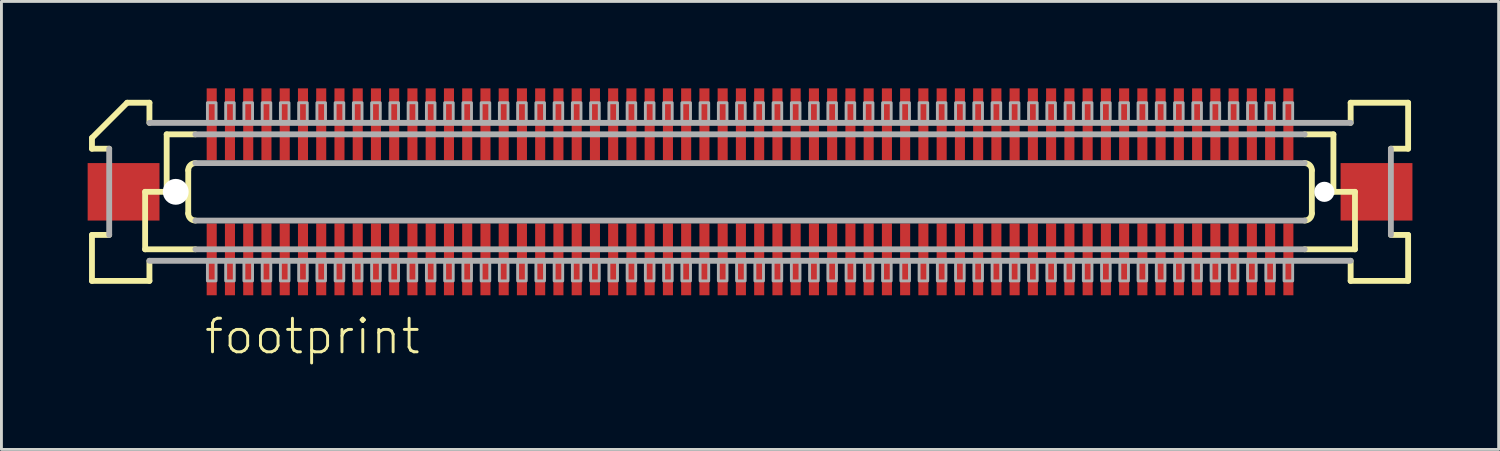
<source format=kicad_pcb>
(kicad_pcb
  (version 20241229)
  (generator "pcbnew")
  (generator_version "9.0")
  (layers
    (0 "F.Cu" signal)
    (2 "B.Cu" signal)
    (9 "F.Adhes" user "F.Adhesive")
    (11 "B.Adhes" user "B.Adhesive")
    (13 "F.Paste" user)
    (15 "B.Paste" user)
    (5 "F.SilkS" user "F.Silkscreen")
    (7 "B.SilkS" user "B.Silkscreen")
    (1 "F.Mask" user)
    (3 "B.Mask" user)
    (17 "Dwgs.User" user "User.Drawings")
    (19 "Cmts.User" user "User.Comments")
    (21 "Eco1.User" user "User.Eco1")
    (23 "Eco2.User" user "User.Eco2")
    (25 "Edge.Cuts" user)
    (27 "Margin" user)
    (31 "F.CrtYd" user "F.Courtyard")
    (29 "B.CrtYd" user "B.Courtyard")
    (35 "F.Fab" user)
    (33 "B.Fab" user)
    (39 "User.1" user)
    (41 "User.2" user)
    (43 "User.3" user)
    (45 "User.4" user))
  (footprint "footprint"
    (layer "F.Cu")
    (at 23.05 3.625)
    (property "Reference" "footprint" (at -19.05 5.715 0) (layer "F.SilkS") (effects (font (size 1.168 1.168) (thickness 0.102)) (justify left bottom)))
    (fp_poly (pts (xy -18.933 -1.075) (xy -18.532 -1.075) (xy -18.532 -3.625) (xy -18.933 -3.625)) (stroke (width 0) (type solid)) (fill yes) (layer "F.Mask"))
    (fp_poly (pts (xy -18.532 1.075) (xy -18.933 1.075) (xy -18.933 3.625) (xy -18.532 3.625)) (stroke (width 0) (type solid)) (fill yes) (layer "F.Mask"))
    (fp_poly (pts (xy -18.297 -1.075) (xy -17.898 -1.075) (xy -17.898 -3.625) (xy -18.297 -3.625)) (stroke (width 0) (type solid)) (fill yes) (layer "F.Mask"))
    (fp_poly (pts (xy -17.898 1.075) (xy -18.297 1.075) (xy -18.297 3.625) (xy -17.898 3.625)) (stroke (width 0) (type solid)) (fill yes) (layer "F.Mask"))
    (fp_poly (pts (xy -17.663 -1.075) (xy -17.262 -1.075) (xy -17.262 -3.625) (xy -17.663 -3.625)) (stroke (width 0) (type solid)) (fill yes) (layer "F.Mask"))
    (fp_poly (pts (xy -17.262 1.075) (xy -17.663 1.075) (xy -17.663 3.625) (xy -17.262 3.625)) (stroke (width 0) (type solid)) (fill yes) (layer "F.Mask"))
    (fp_poly (pts (xy -17.027 -1.075) (xy -16.628 -1.075) (xy -16.628 -3.625) (xy -17.027 -3.625)) (stroke (width 0) (type solid)) (fill yes) (layer "F.Mask"))
    (fp_poly (pts (xy -16.628 1.075) (xy -17.027 1.075) (xy -17.027 3.625) (xy -16.628 3.625)) (stroke (width 0) (type solid)) (fill yes) (layer "F.Mask"))
    (fp_poly (pts (xy -16.392 -1.075) (xy -15.992 -1.075) (xy -15.992 -3.625) (xy -16.392 -3.625)) (stroke (width 0) (type solid)) (fill yes) (layer "F.Mask"))
    (fp_poly (pts (xy -15.992 1.075) (xy -16.392 1.075) (xy -16.392 3.625) (xy -15.992 3.625)) (stroke (width 0) (type solid)) (fill yes) (layer "F.Mask"))
    (fp_poly (pts (xy -15.758 -1.075) (xy -15.357 -1.075) (xy -15.357 -3.625) (xy -15.758 -3.625)) (stroke (width 0) (type solid)) (fill yes) (layer "F.Mask"))
    (fp_poly (pts (xy -15.357 1.075) (xy -15.758 1.075) (xy -15.758 3.625) (xy -15.357 3.625)) (stroke (width 0) (type solid)) (fill yes) (layer "F.Mask"))
    (fp_poly (pts (xy -15.123 -1.075) (xy -14.723 -1.075) (xy -14.723 -3.625) (xy -15.123 -3.625)) (stroke (width 0) (type solid)) (fill yes) (layer "F.Mask"))
    (fp_poly (pts (xy -14.723 1.075) (xy -15.123 1.075) (xy -15.123 3.625) (xy -14.723 3.625)) (stroke (width 0) (type solid)) (fill yes) (layer "F.Mask"))
    (fp_poly (pts (xy -14.488 -1.075) (xy -14.088 -1.075) (xy -14.088 -3.625) (xy -14.488 -3.625)) (stroke (width 0) (type solid)) (fill yes) (layer "F.Mask"))
    (fp_poly (pts (xy -14.088 1.075) (xy -14.488 1.075) (xy -14.488 3.625) (xy -14.088 3.625)) (stroke (width 0) (type solid)) (fill yes) (layer "F.Mask"))
    (fp_poly (pts (xy -13.852 -1.075) (xy -13.453 -1.075) (xy -13.453 -3.625) (xy -13.852 -3.625)) (stroke (width 0) (type solid)) (fill yes) (layer "F.Mask"))
    (fp_poly (pts (xy -13.453 1.075) (xy -13.852 1.075) (xy -13.852 3.625) (xy -13.453 3.625)) (stroke (width 0) (type solid)) (fill yes) (layer "F.Mask"))
    (fp_poly (pts (xy -13.217 -1.075) (xy -12.818 -1.075) (xy -12.818 -3.625) (xy -13.217 -3.625)) (stroke (width 0) (type solid)) (fill yes) (layer "F.Mask"))
    (fp_poly (pts (xy -12.818 1.075) (xy -13.217 1.075) (xy -13.217 3.625) (xy -12.818 3.625)) (stroke (width 0) (type solid)) (fill yes) (layer "F.Mask"))
    (fp_poly (pts (xy -12.582 -1.075) (xy -12.182 -1.075) (xy -12.182 -3.625) (xy -12.582 -3.625)) (stroke (width 0) (type solid)) (fill yes) (layer "F.Mask"))
    (fp_poly (pts (xy -12.182 1.075) (xy -12.582 1.075) (xy -12.582 3.625) (xy -12.182 3.625)) (stroke (width 0) (type solid)) (fill yes) (layer "F.Mask"))
    (fp_poly (pts (xy -11.947 -1.075) (xy -11.547 -1.075) (xy -11.547 -3.625) (xy -11.947 -3.625)) (stroke (width 0) (type solid)) (fill yes) (layer "F.Mask"))
    (fp_poly (pts (xy -11.547 1.075) (xy -11.947 1.075) (xy -11.947 3.625) (xy -11.547 3.625)) (stroke (width 0) (type solid)) (fill yes) (layer "F.Mask"))
    (fp_poly (pts (xy -11.312 -1.075) (xy -10.912 -1.075) (xy -10.912 -3.625) (xy -11.312 -3.625)) (stroke (width 0) (type solid)) (fill yes) (layer "F.Mask"))
    (fp_poly (pts (xy -10.912 1.075) (xy -11.312 1.075) (xy -11.312 3.625) (xy -10.912 3.625)) (stroke (width 0) (type solid)) (fill yes) (layer "F.Mask"))
    (fp_poly (pts (xy -10.678 -1.075) (xy -10.277 -1.075) (xy -10.277 -3.625) (xy -10.678 -3.625)) (stroke (width 0) (type solid)) (fill yes) (layer "F.Mask"))
    (fp_poly (pts (xy -10.277 1.075) (xy -10.678 1.075) (xy -10.678 3.625) (xy -10.277 3.625)) (stroke (width 0) (type solid)) (fill yes) (layer "F.Mask"))
    (fp_poly (pts (xy -10.043 -1.075) (xy -9.643 -1.075) (xy -9.643 -3.625) (xy -10.043 -3.625)) (stroke (width 0) (type solid)) (fill yes) (layer "F.Mask"))
    (fp_poly (pts (xy -9.643 1.075) (xy -10.043 1.075) (xy -10.043 3.625) (xy -9.643 3.625)) (stroke (width 0) (type solid)) (fill yes) (layer "F.Mask"))
    (fp_poly (pts (xy -9.408 -1.075) (xy -9.008 -1.075) (xy -9.008 -3.625) (xy -9.408 -3.625)) (stroke (width 0) (type solid)) (fill yes) (layer "F.Mask"))
    (fp_poly (pts (xy -9.008 1.075) (xy -9.408 1.075) (xy -9.408 3.625) (xy -9.008 3.625)) (stroke (width 0) (type solid)) (fill yes) (layer "F.Mask"))
    (fp_poly (pts (xy -8.773 -1.075) (xy -8.373 -1.075) (xy -8.373 -3.625) (xy -8.773 -3.625)) (stroke (width 0) (type solid)) (fill yes) (layer "F.Mask"))
    (fp_poly (pts (xy -8.373 1.075) (xy -8.773 1.075) (xy -8.773 3.625) (xy -8.373 3.625)) (stroke (width 0) (type solid)) (fill yes) (layer "F.Mask"))
    (fp_poly (pts (xy -8.137 -1.075) (xy -7.737 -1.075) (xy -7.737 -3.625) (xy -8.137 -3.625)) (stroke (width 0) (type solid)) (fill yes) (layer "F.Mask"))
    (fp_poly (pts (xy -7.737 1.075) (xy -8.137 1.075) (xy -8.137 3.625) (xy -7.737 3.625)) (stroke (width 0) (type solid)) (fill yes) (layer "F.Mask"))
    (fp_poly (pts (xy -7.503 -1.075) (xy -7.103 -1.075) (xy -7.103 -3.625) (xy -7.503 -3.625)) (stroke (width 0) (type solid)) (fill yes) (layer "F.Mask"))
    (fp_poly (pts (xy -7.103 1.075) (xy -7.503 1.075) (xy -7.503 3.625) (xy -7.103 3.625)) (stroke (width 0) (type solid)) (fill yes) (layer "F.Mask"))
    (fp_poly (pts (xy -6.867 -1.075) (xy -6.468 -1.075) (xy -6.468 -3.625) (xy -6.867 -3.625)) (stroke (width 0) (type solid)) (fill yes) (layer "F.Mask"))
    (fp_poly (pts (xy -6.468 1.075) (xy -6.867 1.075) (xy -6.867 3.625) (xy -6.468 3.625)) (stroke (width 0) (type solid)) (fill yes) (layer "F.Mask"))
    (fp_poly (pts (xy -6.232 -1.075) (xy -5.832 -1.075) (xy -5.832 -3.625) (xy -6.232 -3.625)) (stroke (width 0) (type solid)) (fill yes) (layer "F.Mask"))
    (fp_poly (pts (xy -5.832 1.075) (xy -6.232 1.075) (xy -6.232 3.625) (xy -5.832 3.625)) (stroke (width 0) (type solid)) (fill yes) (layer "F.Mask"))
    (fp_poly (pts (xy -5.598 -1.075) (xy -5.197 -1.075) (xy -5.197 -3.625) (xy -5.598 -3.625)) (stroke (width 0) (type solid)) (fill yes) (layer "F.Mask"))
    (fp_poly (pts (xy -5.197 1.075) (xy -5.598 1.075) (xy -5.598 3.625) (xy -5.197 3.625)) (stroke (width 0) (type solid)) (fill yes) (layer "F.Mask"))
    (fp_poly (pts (xy -4.963 -1.075) (xy -4.562 -1.075) (xy -4.562 -3.625) (xy -4.963 -3.625)) (stroke (width 0) (type solid)) (fill yes) (layer "F.Mask"))
    (fp_poly (pts (xy -4.562 1.075) (xy -4.963 1.075) (xy -4.963 3.625) (xy -4.562 3.625)) (stroke (width 0) (type solid)) (fill yes) (layer "F.Mask"))
    (fp_poly (pts (xy -4.327 -1.075) (xy -3.928 -1.075) (xy -3.928 -3.625) (xy -4.327 -3.625)) (stroke (width 0) (type solid)) (fill yes) (layer "F.Mask"))
    (fp_poly (pts (xy -3.928 1.075) (xy -4.327 1.075) (xy -4.327 3.625) (xy -3.928 3.625)) (stroke (width 0) (type solid)) (fill yes) (layer "F.Mask"))
    (fp_poly (pts (xy -3.692 -1.075) (xy -3.292 -1.075) (xy -3.292 -3.625) (xy -3.692 -3.625)) (stroke (width 0) (type solid)) (fill yes) (layer "F.Mask"))
    (fp_poly (pts (xy -3.292 1.075) (xy -3.692 1.075) (xy -3.692 3.625) (xy -3.292 3.625)) (stroke (width 0) (type solid)) (fill yes) (layer "F.Mask"))
    (fp_poly (pts (xy -3.058 -1.075) (xy -2.658 -1.075) (xy -2.658 -3.625) (xy -3.058 -3.625)) (stroke (width 0) (type solid)) (fill yes) (layer "F.Mask"))
    (fp_poly (pts (xy -2.658 1.075) (xy -3.058 1.075) (xy -3.058 3.625) (xy -2.658 3.625)) (stroke (width 0) (type solid)) (fill yes) (layer "F.Mask"))
    (fp_poly (pts (xy -2.422 -1.075) (xy -2.022 -1.075) (xy -2.022 -3.625) (xy -2.422 -3.625)) (stroke (width 0) (type solid)) (fill yes) (layer "F.Mask"))
    (fp_poly (pts (xy -2.022 1.075) (xy -2.422 1.075) (xy -2.422 3.625) (xy -2.022 3.625)) (stroke (width 0) (type solid)) (fill yes) (layer "F.Mask"))
    (fp_poly (pts (xy -1.788 -1.075) (xy -1.387 -1.075) (xy -1.387 -3.625) (xy -1.788 -3.625)) (stroke (width 0) (type solid)) (fill yes) (layer "F.Mask"))
    (fp_poly (pts (xy -1.387 1.075) (xy -1.788 1.075) (xy -1.788 3.625) (xy -1.387 3.625)) (stroke (width 0) (type solid)) (fill yes) (layer "F.Mask"))
    (fp_poly (pts (xy -1.153 -1.075) (xy -0.752 -1.075) (xy -0.752 -3.625) (xy -1.153 -3.625)) (stroke (width 0) (type solid)) (fill yes) (layer "F.Mask"))
    (fp_poly (pts (xy -0.752 1.075) (xy -1.153 1.075) (xy -1.153 3.625) (xy -0.752 3.625)) (stroke (width 0) (type solid)) (fill yes) (layer "F.Mask"))
    (fp_poly (pts (xy -0.517 -1.075) (xy -0.117 -1.075) (xy -0.117 -3.625) (xy -0.517 -3.625)) (stroke (width 0) (type solid)) (fill yes) (layer "F.Mask"))
    (fp_poly (pts (xy -0.117 1.075) (xy -0.517 1.075) (xy -0.517 3.625) (xy -0.117 3.625)) (stroke (width 0) (type solid)) (fill yes) (layer "F.Mask"))
    (fp_poly (pts (xy 0.117 -1.075) (xy 0.517 -1.075) (xy 0.517 -3.625) (xy 0.117 -3.625)) (stroke (width 0) (type solid)) (fill yes) (layer "F.Mask"))
    (fp_poly (pts (xy 0.517 1.075) (xy 0.117 1.075) (xy 0.117 3.625) (xy 0.517 3.625)) (stroke (width 0) (type solid)) (fill yes) (layer "F.Mask"))
    (fp_poly (pts (xy 0.752 -1.075) (xy 1.153 -1.075) (xy 1.153 -3.625) (xy 0.752 -3.625)) (stroke (width 0) (type solid)) (fill yes) (layer "F.Mask"))
    (fp_poly (pts (xy 1.153 1.075) (xy 0.752 1.075) (xy 0.752 3.625) (xy 1.153 3.625)) (stroke (width 0) (type solid)) (fill yes) (layer "F.Mask"))
    (fp_poly (pts (xy 1.387 -1.075) (xy 1.788 -1.075) (xy 1.788 -3.625) (xy 1.387 -3.625)) (stroke (width 0) (type solid)) (fill yes) (layer "F.Mask"))
    (fp_poly (pts (xy 1.788 1.075) (xy 1.387 1.075) (xy 1.387 3.625) (xy 1.788 3.625)) (stroke (width 0) (type solid)) (fill yes) (layer "F.Mask"))
    (fp_poly (pts (xy 2.022 -1.075) (xy 2.422 -1.075) (xy 2.422 -3.625) (xy 2.022 -3.625)) (stroke (width 0) (type solid)) (fill yes) (layer "F.Mask"))
    (fp_poly (pts (xy 2.422 1.075) (xy 2.022 1.075) (xy 2.022 3.625) (xy 2.422 3.625)) (stroke (width 0) (type solid)) (fill yes) (layer "F.Mask"))
    (fp_poly (pts (xy 2.658 -1.075) (xy 3.058 -1.075) (xy 3.058 -3.625) (xy 2.658 -3.625)) (stroke (width 0) (type solid)) (fill yes) (layer "F.Mask"))
    (fp_poly (pts (xy 3.058 1.075) (xy 2.658 1.075) (xy 2.658 3.625) (xy 3.058 3.625)) (stroke (width 0) (type solid)) (fill yes) (layer "F.Mask"))
    (fp_poly (pts (xy 3.292 -1.075) (xy 3.692 -1.075) (xy 3.692 -3.625) (xy 3.292 -3.625)) (stroke (width 0) (type solid)) (fill yes) (layer "F.Mask"))
    (fp_poly (pts (xy 3.692 1.075) (xy 3.292 1.075) (xy 3.292 3.625) (xy 3.692 3.625)) (stroke (width 0) (type solid)) (fill yes) (layer "F.Mask"))
    (fp_poly (pts (xy 3.928 -1.075) (xy 4.327 -1.075) (xy 4.327 -3.625) (xy 3.928 -3.625)) (stroke (width 0) (type solid)) (fill yes) (layer "F.Mask"))
    (fp_poly (pts (xy 4.327 1.075) (xy 3.928 1.075) (xy 3.928 3.625) (xy 4.327 3.625)) (stroke (width 0) (type solid)) (fill yes) (layer "F.Mask"))
    (fp_poly (pts (xy 4.562 -1.075) (xy 4.963 -1.075) (xy 4.963 -3.625) (xy 4.562 -3.625)) (stroke (width 0) (type solid)) (fill yes) (layer "F.Mask"))
    (fp_poly (pts (xy 4.963 1.075) (xy 4.562 1.075) (xy 4.562 3.625) (xy 4.963 3.625)) (stroke (width 0) (type solid)) (fill yes) (layer "F.Mask"))
    (fp_poly (pts (xy 5.197 -1.075) (xy 5.598 -1.075) (xy 5.598 -3.625) (xy 5.197 -3.625)) (stroke (width 0) (type solid)) (fill yes) (layer "F.Mask"))
    (fp_poly (pts (xy 5.598 1.075) (xy 5.197 1.075) (xy 5.197 3.625) (xy 5.598 3.625)) (stroke (width 0) (type solid)) (fill yes) (layer "F.Mask"))
    (fp_poly (pts (xy 5.832 -1.075) (xy 6.232 -1.075) (xy 6.232 -3.625) (xy 5.832 -3.625)) (stroke (width 0) (type solid)) (fill yes) (layer "F.Mask"))
    (fp_poly (pts (xy 6.232 1.075) (xy 5.832 1.075) (xy 5.832 3.625) (xy 6.232 3.625)) (stroke (width 0) (type solid)) (fill yes) (layer "F.Mask"))
    (fp_poly (pts (xy 6.468 -1.075) (xy 6.867 -1.075) (xy 6.867 -3.625) (xy 6.468 -3.625)) (stroke (width 0) (type solid)) (fill yes) (layer "F.Mask"))
    (fp_poly (pts (xy 6.867 1.075) (xy 6.468 1.075) (xy 6.468 3.625) (xy 6.867 3.625)) (stroke (width 0) (type solid)) (fill yes) (layer "F.Mask"))
    (fp_poly (pts (xy 7.103 -1.075) (xy 7.503 -1.075) (xy 7.503 -3.625) (xy 7.103 -3.625)) (stroke (width 0) (type solid)) (fill yes) (layer "F.Mask"))
    (fp_poly (pts (xy 7.503 1.075) (xy 7.103 1.075) (xy 7.103 3.625) (xy 7.503 3.625)) (stroke (width 0) (type solid)) (fill yes) (layer "F.Mask"))
    (fp_poly (pts (xy 7.737 -1.075) (xy 8.137 -1.075) (xy 8.137 -3.625) (xy 7.737 -3.625)) (stroke (width 0) (type solid)) (fill yes) (layer "F.Mask"))
    (fp_poly (pts (xy 8.137 1.075) (xy 7.737 1.075) (xy 7.737 3.625) (xy 8.137 3.625)) (stroke (width 0) (type solid)) (fill yes) (layer "F.Mask"))
    (fp_poly (pts (xy 8.373 -1.075) (xy 8.773 -1.075) (xy 8.773 -3.625) (xy 8.373 -3.625)) (stroke (width 0) (type solid)) (fill yes) (layer "F.Mask"))
    (fp_poly (pts (xy 8.773 1.075) (xy 8.373 1.075) (xy 8.373 3.625) (xy 8.773 3.625)) (stroke (width 0) (type solid)) (fill yes) (layer "F.Mask"))
    (fp_poly (pts (xy 9.008 -1.075) (xy 9.408 -1.075) (xy 9.408 -3.625) (xy 9.008 -3.625)) (stroke (width 0) (type solid)) (fill yes) (layer "F.Mask"))
    (fp_poly (pts (xy 9.408 1.075) (xy 9.008 1.075) (xy 9.008 3.625) (xy 9.408 3.625)) (stroke (width 0) (type solid)) (fill yes) (layer "F.Mask"))
    (fp_poly (pts (xy 9.643 -1.075) (xy 10.043 -1.075) (xy 10.043 -3.625) (xy 9.643 -3.625)) (stroke (width 0) (type solid)) (fill yes) (layer "F.Mask"))
    (fp_poly (pts (xy 10.043 1.075) (xy 9.643 1.075) (xy 9.643 3.625) (xy 10.043 3.625)) (stroke (width 0) (type solid)) (fill yes) (layer "F.Mask"))
    (fp_poly (pts (xy 10.277 -1.075) (xy 10.678 -1.075) (xy 10.678 -3.625) (xy 10.277 -3.625)) (stroke (width 0) (type solid)) (fill yes) (layer "F.Mask"))
    (fp_poly (pts (xy 10.678 1.075) (xy 10.277 1.075) (xy 10.277 3.625) (xy 10.678 3.625)) (stroke (width 0) (type solid)) (fill yes) (layer "F.Mask"))
    (fp_poly (pts (xy 10.912 -1.075) (xy 11.312 -1.075) (xy 11.312 -3.625) (xy 10.912 -3.625)) (stroke (width 0) (type solid)) (fill yes) (layer "F.Mask"))
    (fp_poly (pts (xy 11.312 1.075) (xy 10.912 1.075) (xy 10.912 3.625) (xy 11.312 3.625)) (stroke (width 0) (type solid)) (fill yes) (layer "F.Mask"))
    (fp_poly (pts (xy 11.547 -1.075) (xy 11.947 -1.075) (xy 11.947 -3.625) (xy 11.547 -3.625)) (stroke (width 0) (type solid)) (fill yes) (layer "F.Mask"))
    (fp_poly (pts (xy 11.947 1.075) (xy 11.547 1.075) (xy 11.547 3.625) (xy 11.947 3.625)) (stroke (width 0) (type solid)) (fill yes) (layer "F.Mask"))
    (fp_poly (pts (xy 12.182 -1.075) (xy 12.582 -1.075) (xy 12.582 -3.625) (xy 12.182 -3.625)) (stroke (width 0) (type solid)) (fill yes) (layer "F.Mask"))
    (fp_poly (pts (xy 12.582 1.075) (xy 12.182 1.075) (xy 12.182 3.625) (xy 12.582 3.625)) (stroke (width 0) (type solid)) (fill yes) (layer "F.Mask"))
    (fp_poly (pts (xy 12.818 -1.075) (xy 13.217 -1.075) (xy 13.217 -3.625) (xy 12.818 -3.625)) (stroke (width 0) (type solid)) (fill yes) (layer "F.Mask"))
    (fp_poly (pts (xy 13.217 1.075) (xy 12.818 1.075) (xy 12.818 3.625) (xy 13.217 3.625)) (stroke (width 0) (type solid)) (fill yes) (layer "F.Mask"))
    (fp_poly (pts (xy 13.453 -1.075) (xy 13.852 -1.075) (xy 13.852 -3.625) (xy 13.453 -3.625)) (stroke (width 0) (type solid)) (fill yes) (layer "F.Mask"))
    (fp_poly (pts (xy 13.852 1.075) (xy 13.453 1.075) (xy 13.453 3.625) (xy 13.852 3.625)) (stroke (width 0) (type solid)) (fill yes) (layer "F.Mask"))
    (fp_poly (pts (xy 14.088 -1.075) (xy 14.488 -1.075) (xy 14.488 -3.625) (xy 14.088 -3.625)) (stroke (width 0) (type solid)) (fill yes) (layer "F.Mask"))
    (fp_poly (pts (xy 14.488 1.075) (xy 14.088 1.075) (xy 14.088 3.625) (xy 14.488 3.625)) (stroke (width 0) (type solid)) (fill yes) (layer "F.Mask"))
    (fp_poly (pts (xy 14.723 -1.075) (xy 15.123 -1.075) (xy 15.123 -3.625) (xy 14.723 -3.625)) (stroke (width 0) (type solid)) (fill yes) (layer "F.Mask"))
    (fp_poly (pts (xy 15.123 1.075) (xy 14.723 1.075) (xy 14.723 3.625) (xy 15.123 3.625)) (stroke (width 0) (type solid)) (fill yes) (layer "F.Mask"))
    (fp_poly (pts (xy 15.357 -1.075) (xy 15.758 -1.075) (xy 15.758 -3.625) (xy 15.357 -3.625)) (stroke (width 0) (type solid)) (fill yes) (layer "F.Mask"))
    (fp_poly (pts (xy 15.758 1.075) (xy 15.357 1.075) (xy 15.357 3.625) (xy 15.758 3.625)) (stroke (width 0) (type solid)) (fill yes) (layer "F.Mask"))
    (fp_poly (pts (xy 15.992 -1.075) (xy 16.392 -1.075) (xy 16.392 -3.625) (xy 15.992 -3.625)) (stroke (width 0) (type solid)) (fill yes) (layer "F.Mask"))
    (fp_poly (pts (xy 16.392 1.075) (xy 15.992 1.075) (xy 15.992 3.625) (xy 16.392 3.625)) (stroke (width 0) (type solid)) (fill yes) (layer "F.Mask"))
    (fp_poly (pts (xy 16.628 -1.075) (xy 17.027 -1.075) (xy 17.027 -3.625) (xy 16.628 -3.625)) (stroke (width 0) (type solid)) (fill yes) (layer "F.Mask"))
    (fp_poly (pts (xy 17.027 1.075) (xy 16.628 1.075) (xy 16.628 3.625) (xy 17.027 3.625)) (stroke (width 0) (type solid)) (fill yes) (layer "F.Mask"))
    (fp_poly (pts (xy 17.262 -1.075) (xy 17.663 -1.075) (xy 17.663 -3.625) (xy 17.262 -3.625)) (stroke (width 0) (type solid)) (fill yes) (layer "F.Mask"))
    (fp_poly (pts (xy 17.663 1.075) (xy 17.262 1.075) (xy 17.262 3.625) (xy 17.663 3.625)) (stroke (width 0) (type solid)) (fill yes) (layer "F.Mask"))
    (fp_poly (pts (xy 17.898 -1.075) (xy 18.297 -1.075) (xy 18.297 -3.625) (xy 17.898 -3.625)) (stroke (width 0) (type solid)) (fill yes) (layer "F.Mask"))
    (fp_poly (pts (xy 18.297 1.075) (xy 17.898 1.075) (xy 17.898 3.625) (xy 18.297 3.625)) (stroke (width 0) (type solid)) (fill yes) (layer "F.Mask"))
    (fp_poly (pts (xy 18.532 -1.075) (xy 18.933 -1.075) (xy 18.933 -3.625) (xy 18.532 -3.625)) (stroke (width 0) (type solid)) (fill yes) (layer "F.Mask"))
    (fp_poly (pts (xy 18.933 1.075) (xy 18.532 1.075) (xy 18.532 3.625) (xy 18.933 3.625)) (stroke (width 0) (type solid)) (fill yes) (layer "F.Mask"))
    (fp_line (start -22.9 -1.5) (end -22.9 -1.875) (stroke (width 0.203) (type solid)) (layer "F.SilkS"))
    (fp_line (start -22.9 1.5) (end -22.3 1.5) (stroke (width 0.203) (type solid)) (layer "F.SilkS"))
    (fp_line (start -22.9 3.1) (end -22.9 1.5) (stroke (width 0.203) (type solid)) (layer "F.SilkS"))
    (fp_line (start -22.3 -1.5) (end -22.9 -1.5) (stroke (width 0.203) (type solid)) (layer "F.SilkS"))
    (fp_line (start -21.675 -3.1) (end -22.9 -1.875) (stroke (width 0.203) (type solid)) (layer "F.SilkS"))
    (fp_line (start -21.675 -3.1) (end -20.9 -3.1) (stroke (width 0.203) (type solid)) (layer "F.SilkS"))
    (fp_line (start -21.05 0) (end -21.05 2) (stroke (width 0.203) (type solid)) (layer "F.SilkS"))
    (fp_line (start -21.05 2) (end -19.3 2) (stroke (width 0.203) (type solid)) (layer "F.SilkS"))
    (fp_line (start -20.9 -3.1) (end -20.9 -2.4) (stroke (width 0.203) (type solid)) (layer "F.SilkS"))
    (fp_line (start -20.9 2.4) (end -20.9 3.1) (stroke (width 0.203) (type solid)) (layer "F.SilkS"))
    (fp_line (start -20.9 3.1) (end -22.9 3.1) (stroke (width 0.203) (type solid)) (layer "F.SilkS"))
    (fp_line (start -20.3 -2) (end -20.3 0) (stroke (width 0.203) (type solid)) (layer "F.SilkS"))
    (fp_line (start -20.3 0) (end -21.05 0) (stroke (width 0.203) (type solid)) (layer "F.SilkS"))
    (fp_line (start -19.55 0.75) (end -19.55 -0.75) (stroke (width 0.203) (type solid)) (layer "F.SilkS"))
    (fp_line (start -19.3 -2) (end -20.3 -2) (stroke (width 0.203) (type solid)) (layer "F.SilkS"))
    (fp_line (start 19.3 2) (end 21.05 2) (stroke (width 0.203) (type solid)) (layer "F.SilkS"))
    (fp_line (start 19.55 -0.75) (end 19.55 0.75) (stroke (width 0.203) (type solid)) (layer "F.SilkS"))
    (fp_line (start 20.3 -2) (end 19.3 -2) (stroke (width 0.203) (type solid)) (layer "F.SilkS"))
    (fp_line (start 20.3 -2) (end 20.3 0) (stroke (width 0.203) (type solid)) (layer "F.SilkS"))
    (fp_line (start 20.9 -3.1) (end 22.9 -3.1) (stroke (width 0.203) (type solid)) (layer "F.SilkS"))
    (fp_line (start 20.9 -2.4) (end 20.9 -3.1) (stroke (width 0.203) (type solid)) (layer "F.SilkS"))
    (fp_line (start 20.9 3.1) (end 20.9 2.4) (stroke (width 0.203) (type solid)) (layer "F.SilkS"))
    (fp_line (start 21.05 0) (end 20.3 0) (stroke (width 0.203) (type solid)) (layer "F.SilkS"))
    (fp_line (start 21.05 0) (end 21.05 2) (stroke (width 0.203) (type solid)) (layer "F.SilkS"))
    (fp_line (start 22.3 1.5) (end 22.9 1.5) (stroke (width 0.203) (type solid)) (layer "F.SilkS"))
    (fp_line (start 22.9 -3.1) (end 22.9 -1.5) (stroke (width 0.203) (type solid)) (layer "F.SilkS"))
    (fp_line (start 22.9 -1.5) (end 22.3 -1.5) (stroke (width 0.203) (type solid)) (layer "F.SilkS"))
    (fp_line (start 22.9 1.5) (end 22.9 3.1) (stroke (width 0.203) (type solid)) (layer "F.SilkS"))
    (fp_line (start 22.9 3.1) (end 20.9 3.1) (stroke (width 0.203) (type solid)) (layer "F.SilkS"))
    (fp_arc (start -19.55 -0.75) (mid -19.476777 -0.926777) (end -19.3 -1) (stroke (width 0.2032) (type solid)) (layer "F.SilkS"))
    (fp_arc (start -19.3 1) (mid -19.476777 0.926777) (end -19.55 0.75) (stroke (width 0.2032) (type solid)) (layer "F.SilkS"))
    (fp_arc (start 19.3 -1) (mid 19.476777 -0.926777) (end 19.55 -0.75) (stroke (width 0.2032) (type solid)) (layer "F.SilkS"))
    (fp_arc (start 19.55 0.75) (mid 19.476777 0.926777) (end 19.3 1) (stroke (width 0.2032) (type solid)) (layer "F.SilkS"))
    (fp_line (start -22.3 1.5) (end -22.3 -1.5) (stroke (width 0.203) (type solid)) (layer "F.Fab"))
    (fp_line (start -20.9 -2.4) (end 20.9 -2.4) (stroke (width 0.203) (type solid)) (layer "F.Fab"))
    (fp_line (start -19.3 -1) (end 19.3 -1) (stroke (width 0.203) (type solid)) (layer "F.Fab"))
    (fp_line (start -19.3 2) (end 19.3 2) (stroke (width 0.203) (type solid)) (layer "F.Fab"))
    (fp_line (start 19.3 -2) (end -19.3 -2) (stroke (width 0.203) (type solid)) (layer "F.Fab"))
    (fp_line (start 19.3 1) (end -19.3 1) (stroke (width 0.203) (type solid)) (layer "F.Fab"))
    (fp_line (start 20.9 2.4) (end -20.9 2.4) (stroke (width 0.203) (type solid)) (layer "F.Fab"))
    (fp_line (start 22.3 -1.5) (end 22.3 1.5) (stroke (width 0.203) (type solid)) (layer "F.Fab"))
    (fp_poly (pts (xy -18.883 3.1) (xy -18.582 3.1) (xy -18.582 2.375) (xy -18.883 2.375)) (stroke (width 0.1) (type solid)) (fill no) (layer "F.Fab"))
    (fp_poly (pts (xy -18.582 -3.1) (xy -18.883 -3.1) (xy -18.883 -2.375) (xy -18.582 -2.375)) (stroke (width 0.1) (type solid)) (fill no) (layer "F.Fab"))
    (fp_poly (pts (xy -18.247 3.1) (xy -17.948 3.1) (xy -17.948 2.375) (xy -18.247 2.375)) (stroke (width 0.1) (type solid)) (fill no) (layer "F.Fab"))
    (fp_poly (pts (xy -17.948 -3.1) (xy -18.247 -3.1) (xy -18.247 -2.375) (xy -17.948 -2.375)) (stroke (width 0.1) (type solid)) (fill no) (layer "F.Fab"))
    (fp_poly (pts (xy -17.613 3.1) (xy -17.312 3.1) (xy -17.312 2.375) (xy -17.613 2.375)) (stroke (width 0.1) (type solid)) (fill no) (layer "F.Fab"))
    (fp_poly (pts (xy -17.312 -3.1) (xy -17.613 -3.1) (xy -17.613 -2.375) (xy -17.312 -2.375)) (stroke (width 0.1) (type solid)) (fill no) (layer "F.Fab"))
    (fp_poly (pts (xy -16.977 3.1) (xy -16.677 3.1) (xy -16.677 2.375) (xy -16.977 2.375)) (stroke (width 0.1) (type solid)) (fill no) (layer "F.Fab"))
    (fp_poly (pts (xy -16.677 -3.1) (xy -16.977 -3.1) (xy -16.977 -2.375) (xy -16.677 -2.375)) (stroke (width 0.1) (type solid)) (fill no) (layer "F.Fab"))
    (fp_poly (pts (xy -16.343 3.1) (xy -16.043 3.1) (xy -16.043 2.375) (xy -16.343 2.375)) (stroke (width 0.1) (type solid)) (fill no) (layer "F.Fab"))
    (fp_poly (pts (xy -16.043 -3.1) (xy -16.343 -3.1) (xy -16.343 -2.375) (xy -16.043 -2.375)) (stroke (width 0.1) (type solid)) (fill no) (layer "F.Fab"))
    (fp_poly (pts (xy -15.707 3.1) (xy -15.408 3.1) (xy -15.408 2.375) (xy -15.707 2.375)) (stroke (width 0.1) (type solid)) (fill no) (layer "F.Fab"))
    (fp_poly (pts (xy -15.408 -3.1) (xy -15.707 -3.1) (xy -15.707 -2.375) (xy -15.408 -2.375)) (stroke (width 0.1) (type solid)) (fill no) (layer "F.Fab"))
    (fp_poly (pts (xy -15.072 3.1) (xy -14.773 3.1) (xy -14.773 2.375) (xy -15.072 2.375)) (stroke (width 0.1) (type solid)) (fill no) (layer "F.Fab"))
    (fp_poly (pts (xy -14.773 -3.1) (xy -15.072 -3.1) (xy -15.072 -2.375) (xy -14.773 -2.375)) (stroke (width 0.1) (type solid)) (fill no) (layer "F.Fab"))
    (fp_poly (pts (xy -14.438 3.1) (xy -14.137 3.1) (xy -14.137 2.375) (xy -14.438 2.375)) (stroke (width 0.1) (type solid)) (fill no) (layer "F.Fab"))
    (fp_poly (pts (xy -14.137 -3.1) (xy -14.438 -3.1) (xy -14.438 -2.375) (xy -14.137 -2.375)) (stroke (width 0.1) (type solid)) (fill no) (layer "F.Fab"))
    (fp_poly (pts (xy -13.803 3.1) (xy -13.502 3.1) (xy -13.502 2.375) (xy -13.803 2.375)) (stroke (width 0.1) (type solid)) (fill no) (layer "F.Fab"))
    (fp_poly (pts (xy -13.502 -3.1) (xy -13.803 -3.1) (xy -13.803 -2.375) (xy -13.502 -2.375)) (stroke (width 0.1) (type solid)) (fill no) (layer "F.Fab"))
    (fp_poly (pts (xy -13.168 3.1) (xy -12.867 3.1) (xy -12.867 2.375) (xy -13.168 2.375)) (stroke (width 0.1) (type solid)) (fill no) (layer "F.Fab"))
    (fp_poly (pts (xy -12.867 -3.1) (xy -13.168 -3.1) (xy -13.168 -2.375) (xy -12.867 -2.375)) (stroke (width 0.1) (type solid)) (fill no) (layer "F.Fab"))
    (fp_poly (pts (xy -12.533 3.1) (xy -12.232 3.1) (xy -12.232 2.375) (xy -12.533 2.375)) (stroke (width 0.1) (type solid)) (fill no) (layer "F.Fab"))
    (fp_poly (pts (xy -12.232 -3.1) (xy -12.533 -3.1) (xy -12.533 -2.375) (xy -12.232 -2.375)) (stroke (width 0.1) (type solid)) (fill no) (layer "F.Fab"))
    (fp_poly (pts (xy -11.898 3.1) (xy -11.598 3.1) (xy -11.598 2.375) (xy -11.898 2.375)) (stroke (width 0.1) (type solid)) (fill no) (layer "F.Fab"))
    (fp_poly (pts (xy -11.598 -3.1) (xy -11.898 -3.1) (xy -11.898 -2.375) (xy -11.598 -2.375)) (stroke (width 0.1) (type solid)) (fill no) (layer "F.Fab"))
    (fp_poly (pts (xy -11.262 3.1) (xy -10.963 3.1) (xy -10.963 2.375) (xy -11.262 2.375)) (stroke (width 0.1) (type solid)) (fill no) (layer "F.Fab"))
    (fp_poly (pts (xy -10.963 -3.1) (xy -11.262 -3.1) (xy -11.262 -2.375) (xy -10.963 -2.375)) (stroke (width 0.1) (type solid)) (fill no) (layer "F.Fab"))
    (fp_poly (pts (xy -10.627 3.1) (xy -10.328 3.1) (xy -10.328 2.375) (xy -10.627 2.375)) (stroke (width 0.1) (type solid)) (fill no) (layer "F.Fab"))
    (fp_poly (pts (xy -10.328 -3.1) (xy -10.627 -3.1) (xy -10.627 -2.375) (xy -10.328 -2.375)) (stroke (width 0.1) (type solid)) (fill no) (layer "F.Fab"))
    (fp_poly (pts (xy -9.992 3.1) (xy -9.693 3.1) (xy -9.693 2.375) (xy -9.992 2.375)) (stroke (width 0.1) (type solid)) (fill no) (layer "F.Fab"))
    (fp_poly (pts (xy -9.693 -3.1) (xy -9.992 -3.1) (xy -9.992 -2.375) (xy -9.693 -2.375)) (stroke (width 0.1) (type solid)) (fill no) (layer "F.Fab"))
    (fp_poly (pts (xy -9.357 3.1) (xy -9.057 3.1) (xy -9.057 2.375) (xy -9.357 2.375)) (stroke (width 0.1) (type solid)) (fill no) (layer "F.Fab"))
    (fp_poly (pts (xy -9.057 -3.1) (xy -9.357 -3.1) (xy -9.357 -2.375) (xy -9.057 -2.375)) (stroke (width 0.1) (type solid)) (fill no) (layer "F.Fab"))
    (fp_poly (pts (xy -8.723 3.1) (xy -8.422 3.1) (xy -8.422 2.375) (xy -8.723 2.375)) (stroke (width 0.1) (type solid)) (fill no) (layer "F.Fab"))
    (fp_poly (pts (xy -8.422 -3.1) (xy -8.723 -3.1) (xy -8.723 -2.375) (xy -8.422 -2.375)) (stroke (width 0.1) (type solid)) (fill no) (layer "F.Fab"))
    (fp_poly (pts (xy -8.088 3.1) (xy -7.787 3.1) (xy -7.787 2.375) (xy -8.088 2.375)) (stroke (width 0.1) (type solid)) (fill no) (layer "F.Fab"))
    (fp_poly (pts (xy -7.787 -3.1) (xy -8.088 -3.1) (xy -8.088 -2.375) (xy -7.787 -2.375)) (stroke (width 0.1) (type solid)) (fill no) (layer "F.Fab"))
    (fp_poly (pts (xy -7.452 3.1) (xy -7.152 3.1) (xy -7.152 2.375) (xy -7.452 2.375)) (stroke (width 0.1) (type solid)) (fill no) (layer "F.Fab"))
    (fp_poly (pts (xy -7.152 -3.1) (xy -7.452 -3.1) (xy -7.452 -2.375) (xy -7.152 -2.375)) (stroke (width 0.1) (type solid)) (fill no) (layer "F.Fab"))
    (fp_poly (pts (xy -6.817 3.1) (xy -6.518 3.1) (xy -6.518 2.375) (xy -6.817 2.375)) (stroke (width 0.1) (type solid)) (fill no) (layer "F.Fab"))
    (fp_poly (pts (xy -6.518 -3.1) (xy -6.817 -3.1) (xy -6.817 -2.375) (xy -6.518 -2.375)) (stroke (width 0.1) (type solid)) (fill no) (layer "F.Fab"))
    (fp_poly (pts (xy -6.183 3.1) (xy -5.883 3.1) (xy -5.883 2.375) (xy -6.183 2.375)) (stroke (width 0.1) (type solid)) (fill no) (layer "F.Fab"))
    (fp_poly (pts (xy -5.883 -3.1) (xy -6.183 -3.1) (xy -6.183 -2.375) (xy -5.883 -2.375)) (stroke (width 0.1) (type solid)) (fill no) (layer "F.Fab"))
    (fp_poly (pts (xy -5.548 3.1) (xy -5.247 3.1) (xy -5.247 2.375) (xy -5.548 2.375)) (stroke (width 0.1) (type solid)) (fill no) (layer "F.Fab"))
    (fp_poly (pts (xy -5.247 -3.1) (xy -5.548 -3.1) (xy -5.548 -2.375) (xy -5.247 -2.375)) (stroke (width 0.1) (type solid)) (fill no) (layer "F.Fab"))
    (fp_poly (pts (xy -4.912 3.1) (xy -4.612 3.1) (xy -4.612 2.375) (xy -4.912 2.375)) (stroke (width 0.1) (type solid)) (fill no) (layer "F.Fab"))
    (fp_poly (pts (xy -4.612 -3.1) (xy -4.912 -3.1) (xy -4.912 -2.375) (xy -4.612 -2.375)) (stroke (width 0.1) (type solid)) (fill no) (layer "F.Fab"))
    (fp_poly (pts (xy -4.277 3.1) (xy -3.978 3.1) (xy -3.978 2.375) (xy -4.277 2.375)) (stroke (width 0.1) (type solid)) (fill no) (layer "F.Fab"))
    (fp_poly (pts (xy -3.978 -3.1) (xy -4.277 -3.1) (xy -4.277 -2.375) (xy -3.978 -2.375)) (stroke (width 0.1) (type solid)) (fill no) (layer "F.Fab"))
    (fp_poly (pts (xy -3.643 3.1) (xy -3.342 3.1) (xy -3.342 2.375) (xy -3.643 2.375)) (stroke (width 0.1) (type solid)) (fill no) (layer "F.Fab"))
    (fp_poly (pts (xy -3.342 -3.1) (xy -3.643 -3.1) (xy -3.643 -2.375) (xy -3.342 -2.375)) (stroke (width 0.1) (type solid)) (fill no) (layer "F.Fab"))
    (fp_poly (pts (xy -3.007 3.1) (xy -2.708 3.1) (xy -2.708 2.375) (xy -3.007 2.375)) (stroke (width 0.1) (type solid)) (fill no) (layer "F.Fab"))
    (fp_poly (pts (xy -2.708 -3.1) (xy -3.007 -3.1) (xy -3.007 -2.375) (xy -2.708 -2.375)) (stroke (width 0.1) (type solid)) (fill no) (layer "F.Fab"))
    (fp_poly (pts (xy -2.373 3.1) (xy -2.072 3.1) (xy -2.072 2.375) (xy -2.373 2.375)) (stroke (width 0.1) (type solid)) (fill no) (layer "F.Fab"))
    (fp_poly (pts (xy -2.072 -3.1) (xy -2.373 -3.1) (xy -2.373 -2.375) (xy -2.072 -2.375)) (stroke (width 0.1) (type solid)) (fill no) (layer "F.Fab"))
    (fp_poly (pts (xy -1.738 3.1) (xy -1.438 3.1) (xy -1.438 2.375) (xy -1.738 2.375)) (stroke (width 0.1) (type solid)) (fill no) (layer "F.Fab"))
    (fp_poly (pts (xy -1.438 -3.1) (xy -1.738 -3.1) (xy -1.738 -2.375) (xy -1.438 -2.375)) (stroke (width 0.1) (type solid)) (fill no) (layer "F.Fab"))
    (fp_poly (pts (xy -1.103 3.1) (xy -0.802 3.1) (xy -0.802 2.375) (xy -1.103 2.375)) (stroke (width 0.1) (type solid)) (fill no) (layer "F.Fab"))
    (fp_poly (pts (xy -0.802 -3.1) (xy -1.103 -3.1) (xy -1.103 -2.375) (xy -0.802 -2.375)) (stroke (width 0.1) (type solid)) (fill no) (layer "F.Fab"))
    (fp_poly (pts (xy -0.468 3.1) (xy -0.168 3.1) (xy -0.168 2.375) (xy -0.468 2.375)) (stroke (width 0.1) (type solid)) (fill no) (layer "F.Fab"))
    (fp_poly (pts (xy -0.168 -3.1) (xy -0.468 -3.1) (xy -0.468 -2.375) (xy -0.168 -2.375)) (stroke (width 0.1) (type solid)) (fill no) (layer "F.Fab"))
    (fp_poly (pts (xy 0.168 3.1) (xy 0.468 3.1) (xy 0.468 2.375) (xy 0.168 2.375)) (stroke (width 0.1) (type solid)) (fill no) (layer "F.Fab"))
    (fp_poly (pts (xy 0.468 -3.1) (xy 0.168 -3.1) (xy 0.168 -2.375) (xy 0.468 -2.375)) (stroke (width 0.1) (type solid)) (fill no) (layer "F.Fab"))
    (fp_poly (pts (xy 0.802 3.1) (xy 1.103 3.1) (xy 1.103 2.375) (xy 0.802 2.375)) (stroke (width 0.1) (type solid)) (fill no) (layer "F.Fab"))
    (fp_poly (pts (xy 1.103 -3.1) (xy 0.802 -3.1) (xy 0.802 -2.375) (xy 1.103 -2.375)) (stroke (width 0.1) (type solid)) (fill no) (layer "F.Fab"))
    (fp_poly (pts (xy 1.438 3.1) (xy 1.738 3.1) (xy 1.738 2.375) (xy 1.438 2.375)) (stroke (width 0.1) (type solid)) (fill no) (layer "F.Fab"))
    (fp_poly (pts (xy 1.738 -3.1) (xy 1.438 -3.1) (xy 1.438 -2.375) (xy 1.738 -2.375)) (stroke (width 0.1) (type solid)) (fill no) (layer "F.Fab"))
    (fp_poly (pts (xy 2.072 3.1) (xy 2.373 3.1) (xy 2.373 2.375) (xy 2.072 2.375)) (stroke (width 0.1) (type solid)) (fill no) (layer "F.Fab"))
    (fp_poly (pts (xy 2.373 -3.1) (xy 2.072 -3.1) (xy 2.072 -2.375) (xy 2.373 -2.375)) (stroke (width 0.1) (type solid)) (fill no) (layer "F.Fab"))
    (fp_poly (pts (xy 2.708 3.1) (xy 3.007 3.1) (xy 3.007 2.375) (xy 2.708 2.375)) (stroke (width 0.1) (type solid)) (fill no) (layer "F.Fab"))
    (fp_poly (pts (xy 3.007 -3.1) (xy 2.708 -3.1) (xy 2.708 -2.375) (xy 3.007 -2.375)) (stroke (width 0.1) (type solid)) (fill no) (layer "F.Fab"))
    (fp_poly (pts (xy 3.342 3.1) (xy 3.643 3.1) (xy 3.643 2.375) (xy 3.342 2.375)) (stroke (width 0.1) (type solid)) (fill no) (layer "F.Fab"))
    (fp_poly (pts (xy 3.643 -3.1) (xy 3.342 -3.1) (xy 3.342 -2.375) (xy 3.643 -2.375)) (stroke (width 0.1) (type solid)) (fill no) (layer "F.Fab"))
    (fp_poly (pts (xy 3.978 3.1) (xy 4.277 3.1) (xy 4.277 2.375) (xy 3.978 2.375)) (stroke (width 0.1) (type solid)) (fill no) (layer "F.Fab"))
    (fp_poly (pts (xy 4.277 -3.1) (xy 3.978 -3.1) (xy 3.978 -2.375) (xy 4.277 -2.375)) (stroke (width 0.1) (type solid)) (fill no) (layer "F.Fab"))
    (fp_poly (pts (xy 4.612 3.1) (xy 4.912 3.1) (xy 4.912 2.375) (xy 4.612 2.375)) (stroke (width 0.1) (type solid)) (fill no) (layer "F.Fab"))
    (fp_poly (pts (xy 4.912 -3.1) (xy 4.612 -3.1) (xy 4.612 -2.375) (xy 4.912 -2.375)) (stroke (width 0.1) (type solid)) (fill no) (layer "F.Fab"))
    (fp_poly (pts (xy 5.247 3.1) (xy 5.548 3.1) (xy 5.548 2.375) (xy 5.247 2.375)) (stroke (width 0.1) (type solid)) (fill no) (layer "F.Fab"))
    (fp_poly (pts (xy 5.548 -3.1) (xy 5.247 -3.1) (xy 5.247 -2.375) (xy 5.548 -2.375)) (stroke (width 0.1) (type solid)) (fill no) (layer "F.Fab"))
    (fp_poly (pts (xy 5.883 3.1) (xy 6.183 3.1) (xy 6.183 2.375) (xy 5.883 2.375)) (stroke (width 0.1) (type solid)) (fill no) (layer "F.Fab"))
    (fp_poly (pts (xy 6.183 -3.1) (xy 5.883 -3.1) (xy 5.883 -2.375) (xy 6.183 -2.375)) (stroke (width 0.1) (type solid)) (fill no) (layer "F.Fab"))
    (fp_poly (pts (xy 6.518 3.1) (xy 6.817 3.1) (xy 6.817 2.375) (xy 6.518 2.375)) (stroke (width 0.1) (type solid)) (fill no) (layer "F.Fab"))
    (fp_poly (pts (xy 6.817 -3.1) (xy 6.518 -3.1) (xy 6.518 -2.375) (xy 6.817 -2.375)) (stroke (width 0.1) (type solid)) (fill no) (layer "F.Fab"))
    (fp_poly (pts (xy 7.152 3.1) (xy 7.452 3.1) (xy 7.452 2.375) (xy 7.152 2.375)) (stroke (width 0.1) (type solid)) (fill no) (layer "F.Fab"))
    (fp_poly (pts (xy 7.452 -3.1) (xy 7.152 -3.1) (xy 7.152 -2.375) (xy 7.452 -2.375)) (stroke (width 0.1) (type solid)) (fill no) (layer "F.Fab"))
    (fp_poly (pts (xy 7.787 3.1) (xy 8.088 3.1) (xy 8.088 2.375) (xy 7.787 2.375)) (stroke (width 0.1) (type solid)) (fill no) (layer "F.Fab"))
    (fp_poly (pts (xy 8.088 -3.1) (xy 7.787 -3.1) (xy 7.787 -2.375) (xy 8.088 -2.375)) (stroke (width 0.1) (type solid)) (fill no) (layer "F.Fab"))
    (fp_poly (pts (xy 8.422 3.1) (xy 8.723 3.1) (xy 8.723 2.375) (xy 8.422 2.375)) (stroke (width 0.1) (type solid)) (fill no) (layer "F.Fab"))
    (fp_poly (pts (xy 8.723 -3.1) (xy 8.422 -3.1) (xy 8.422 -2.375) (xy 8.723 -2.375)) (stroke (width 0.1) (type solid)) (fill no) (layer "F.Fab"))
    (fp_poly (pts (xy 9.057 3.1) (xy 9.357 3.1) (xy 9.357 2.375) (xy 9.057 2.375)) (stroke (width 0.1) (type solid)) (fill no) (layer "F.Fab"))
    (fp_poly (pts (xy 9.357 -3.1) (xy 9.057 -3.1) (xy 9.057 -2.375) (xy 9.357 -2.375)) (stroke (width 0.1) (type solid)) (fill no) (layer "F.Fab"))
    (fp_poly (pts (xy 9.693 3.1) (xy 9.992 3.1) (xy 9.992 2.375) (xy 9.693 2.375)) (stroke (width 0.1) (type solid)) (fill no) (layer "F.Fab"))
    (fp_poly (pts (xy 9.992 -3.1) (xy 9.693 -3.1) (xy 9.693 -2.375) (xy 9.992 -2.375)) (stroke (width 0.1) (type solid)) (fill no) (layer "F.Fab"))
    (fp_poly (pts (xy 10.328 3.1) (xy 10.627 3.1) (xy 10.627 2.375) (xy 10.328 2.375)) (stroke (width 0.1) (type solid)) (fill no) (layer "F.Fab"))
    (fp_poly (pts (xy 10.627 -3.1) (xy 10.328 -3.1) (xy 10.328 -2.375) (xy 10.627 -2.375)) (stroke (width 0.1) (type solid)) (fill no) (layer "F.Fab"))
    (fp_poly (pts (xy 10.963 3.1) (xy 11.262 3.1) (xy 11.262 2.375) (xy 10.963 2.375)) (stroke (width 0.1) (type solid)) (fill no) (layer "F.Fab"))
    (fp_poly (pts (xy 11.262 -3.1) (xy 10.963 -3.1) (xy 10.963 -2.375) (xy 11.262 -2.375)) (stroke (width 0.1) (type solid)) (fill no) (layer "F.Fab"))
    (fp_poly (pts (xy 11.598 3.1) (xy 11.898 3.1) (xy 11.898 2.375) (xy 11.598 2.375)) (stroke (width 0.1) (type solid)) (fill no) (layer "F.Fab"))
    (fp_poly (pts (xy 11.898 -3.1) (xy 11.598 -3.1) (xy 11.598 -2.375) (xy 11.898 -2.375)) (stroke (width 0.1) (type solid)) (fill no) (layer "F.Fab"))
    (fp_poly (pts (xy 12.232 3.1) (xy 12.533 3.1) (xy 12.533 2.375) (xy 12.232 2.375)) (stroke (width 0.1) (type solid)) (fill no) (layer "F.Fab"))
    (fp_poly (pts (xy 12.533 -3.1) (xy 12.232 -3.1) (xy 12.232 -2.375) (xy 12.533 -2.375)) (stroke (width 0.1) (type solid)) (fill no) (layer "F.Fab"))
    (fp_poly (pts (xy 12.867 3.1) (xy 13.168 3.1) (xy 13.168 2.375) (xy 12.867 2.375)) (stroke (width 0.1) (type solid)) (fill no) (layer "F.Fab"))
    (fp_poly (pts (xy 13.168 -3.1) (xy 12.867 -3.1) (xy 12.867 -2.375) (xy 13.168 -2.375)) (stroke (width 0.1) (type solid)) (fill no) (layer "F.Fab"))
    (fp_poly (pts (xy 13.502 3.1) (xy 13.803 3.1) (xy 13.803 2.375) (xy 13.502 2.375)) (stroke (width 0.1) (type solid)) (fill no) (layer "F.Fab"))
    (fp_poly (pts (xy 13.803 -3.1) (xy 13.502 -3.1) (xy 13.502 -2.375) (xy 13.803 -2.375)) (stroke (width 0.1) (type solid)) (fill no) (layer "F.Fab"))
    (fp_poly (pts (xy 14.137 3.1) (xy 14.438 3.1) (xy 14.438 2.375) (xy 14.137 2.375)) (stroke (width 0.1) (type solid)) (fill no) (layer "F.Fab"))
    (fp_poly (pts (xy 14.438 -3.1) (xy 14.137 -3.1) (xy 14.137 -2.375) (xy 14.438 -2.375)) (stroke (width 0.1) (type solid)) (fill no) (layer "F.Fab"))
    (fp_poly (pts (xy 14.773 3.1) (xy 15.072 3.1) (xy 15.072 2.375) (xy 14.773 2.375)) (stroke (width 0.1) (type solid)) (fill no) (layer "F.Fab"))
    (fp_poly (pts (xy 15.072 -3.1) (xy 14.773 -3.1) (xy 14.773 -2.375) (xy 15.072 -2.375)) (stroke (width 0.1) (type solid)) (fill no) (layer "F.Fab"))
    (fp_poly (pts (xy 15.408 3.1) (xy 15.707 3.1) (xy 15.707 2.375) (xy 15.408 2.375)) (stroke (width 0.1) (type solid)) (fill no) (layer "F.Fab"))
    (fp_poly (pts (xy 15.707 -3.1) (xy 15.408 -3.1) (xy 15.408 -2.375) (xy 15.707 -2.375)) (stroke (width 0.1) (type solid)) (fill no) (layer "F.Fab"))
    (fp_poly (pts (xy 16.043 3.1) (xy 16.343 3.1) (xy 16.343 2.375) (xy 16.043 2.375)) (stroke (width 0.1) (type solid)) (fill no) (layer "F.Fab"))
    (fp_poly (pts (xy 16.343 -3.1) (xy 16.043 -3.1) (xy 16.043 -2.375) (xy 16.343 -2.375)) (stroke (width 0.1) (type solid)) (fill no) (layer "F.Fab"))
    (fp_poly (pts (xy 16.677 3.1) (xy 16.977 3.1) (xy 16.977 2.375) (xy 16.677 2.375)) (stroke (width 0.1) (type solid)) (fill no) (layer "F.Fab"))
    (fp_poly (pts (xy 16.977 -3.1) (xy 16.677 -3.1) (xy 16.677 -2.375) (xy 16.977 -2.375)) (stroke (width 0.1) (type solid)) (fill no) (layer "F.Fab"))
    (fp_poly (pts (xy 17.312 3.1) (xy 17.613 3.1) (xy 17.613 2.375) (xy 17.312 2.375)) (stroke (width 0.1) (type solid)) (fill no) (layer "F.Fab"))
    (fp_poly (pts (xy 17.613 -3.1) (xy 17.312 -3.1) (xy 17.312 -2.375) (xy 17.613 -2.375)) (stroke (width 0.1) (type solid)) (fill no) (layer "F.Fab"))
    (fp_poly (pts (xy 17.948 3.1) (xy 18.247 3.1) (xy 18.247 2.375) (xy 17.948 2.375)) (stroke (width 0.1) (type solid)) (fill no) (layer "F.Fab"))
    (fp_poly (pts (xy 18.247 -3.1) (xy 17.948 -3.1) (xy 17.948 -2.375) (xy 18.247 -2.375)) (stroke (width 0.1) (type solid)) (fill no) (layer "F.Fab"))
    (fp_poly (pts (xy 18.582 3.1) (xy 18.883 3.1) (xy 18.883 2.375) (xy 18.582 2.375)) (stroke (width 0.1) (type solid)) (fill no) (layer "F.Fab"))
    (fp_poly (pts (xy 18.883 -3.1) (xy 18.582 -3.1) (xy 18.582 -2.375) (xy 18.883 -2.375)) (stroke (width 0.1) (type solid)) (fill no) (layer "F.Fab"))
    (pad "" np_thru_hole circle (at -19.985 0) (size 0.9 0.9) (drill 0.9) (layers "*.Cu" "*.Mask"))
    (pad "" np_thru_hole circle (at 19.985 0) (size 0.7 0.7) (drill 0.7) (layers "*.Cu" "*.Mask"))
    (pad "1" smd rect (at -18.733 -2.35) (size 0.35 2.5) (layers "F.Cu" "F.Paste"))
    (pad "2" smd rect (at -18.733 2.35 180) (size 0.35 2.5) (layers "F.Cu" "F.Paste"))
    (pad "3" smd rect (at -18.098 -2.35) (size 0.35 2.5) (layers "F.Cu" "F.Paste"))
    (pad "4" smd rect (at -18.098 2.35 180) (size 0.35 2.5) (layers "F.Cu" "F.Paste"))
    (pad "5" smd rect (at -17.462 -2.35) (size 0.35 2.5) (layers "F.Cu" "F.Paste"))
    (pad "6" smd rect (at -17.462 2.35 180) (size 0.35 2.5) (layers "F.Cu" "F.Paste"))
    (pad "7" smd rect (at -16.828 -2.35) (size 0.35 2.5) (layers "F.Cu" "F.Paste"))
    (pad "8" smd rect (at -16.828 2.35 180) (size 0.35 2.5) (layers "F.Cu" "F.Paste"))
    (pad "9" smd rect (at -16.192 -2.35) (size 0.35 2.5) (layers "F.Cu" "F.Paste"))
    (pad "10" smd rect (at -16.192 2.35 180) (size 0.35 2.5) (layers "F.Cu" "F.Paste"))
    (pad "11" smd rect (at -15.557 -2.35) (size 0.35 2.5) (layers "F.Cu" "F.Paste"))
    (pad "12" smd rect (at -15.557 2.35 180) (size 0.35 2.5) (layers "F.Cu" "F.Paste"))
    (pad "13" smd rect (at -14.922 -2.35) (size 0.35 2.5) (layers "F.Cu" "F.Paste"))
    (pad "14" smd rect (at -14.922 2.35 180) (size 0.35 2.5) (layers "F.Cu" "F.Paste"))
    (pad "15" smd rect (at -14.287 -2.35) (size 0.35 2.5) (layers "F.Cu" "F.Paste"))
    (pad "16" smd rect (at -14.287 2.35 180) (size 0.35 2.5) (layers "F.Cu" "F.Paste"))
    (pad "17" smd rect (at -13.652 -2.35) (size 0.35 2.5) (layers "F.Cu" "F.Paste"))
    (pad "18" smd rect (at -13.652 2.35 180) (size 0.35 2.5) (layers "F.Cu" "F.Paste"))
    (pad "19" smd rect (at -13.018 -2.35) (size 0.35 2.5) (layers "F.Cu" "F.Paste"))
    (pad "20" smd rect (at -13.018 2.35 180) (size 0.35 2.5) (layers "F.Cu" "F.Paste"))
    (pad "21" smd rect (at -12.383 -2.35) (size 0.35 2.5) (layers "F.Cu" "F.Paste"))
    (pad "22" smd rect (at -12.383 2.35 180) (size 0.35 2.5) (layers "F.Cu" "F.Paste"))
    (pad "23" smd rect (at -11.748 -2.35) (size 0.35 2.5) (layers "F.Cu" "F.Paste"))
    (pad "24" smd rect (at -11.748 2.35 180) (size 0.35 2.5) (layers "F.Cu" "F.Paste"))
    (pad "25" smd rect (at -11.113 -2.35) (size 0.35 2.5) (layers "F.Cu" "F.Paste"))
    (pad "26" smd rect (at -11.113 2.35 180) (size 0.35 2.5) (layers "F.Cu" "F.Paste"))
    (pad "27" smd rect (at -10.477 -2.35) (size 0.35 2.5) (layers "F.Cu" "F.Paste"))
    (pad "28" smd rect (at -10.477 2.35 180) (size 0.35 2.5) (layers "F.Cu" "F.Paste"))
    (pad "29" smd rect (at -9.842 -2.35) (size 0.35 2.5) (layers "F.Cu" "F.Paste"))
    (pad "30" smd rect (at -9.842 2.35 180) (size 0.35 2.5) (layers "F.Cu" "F.Paste"))
    (pad "31" smd rect (at -9.207 -2.35) (size 0.35 2.5) (layers "F.Cu" "F.Paste"))
    (pad "32" smd rect (at -9.207 2.35 180) (size 0.35 2.5) (layers "F.Cu" "F.Paste"))
    (pad "33" smd rect (at -8.572 -2.35) (size 0.35 2.5) (layers "F.Cu" "F.Paste"))
    (pad "34" smd rect (at -8.572 2.35 180) (size 0.35 2.5) (layers "F.Cu" "F.Paste"))
    (pad "35" smd rect (at -7.938 -2.35) (size 0.35 2.5) (layers "F.Cu" "F.Paste"))
    (pad "36" smd rect (at -7.938 2.35 180) (size 0.35 2.5) (layers "F.Cu" "F.Paste"))
    (pad "37" smd rect (at -7.303 -2.35) (size 0.35 2.5) (layers "F.Cu" "F.Paste"))
    (pad "38" smd rect (at -7.303 2.35 180) (size 0.35 2.5) (layers "F.Cu" "F.Paste"))
    (pad "39" smd rect (at -6.668 -2.35) (size 0.35 2.5) (layers "F.Cu" "F.Paste"))
    (pad "40" smd rect (at -6.668 2.35 180) (size 0.35 2.5) (layers "F.Cu" "F.Paste"))
    (pad "41" smd rect (at -6.032 -2.35) (size 0.35 2.5) (layers "F.Cu" "F.Paste"))
    (pad "42" smd rect (at -6.032 2.35 180) (size 0.35 2.5) (layers "F.Cu" "F.Paste"))
    (pad "43" smd rect (at -5.397 -2.35) (size 0.35 2.5) (layers "F.Cu" "F.Paste"))
    (pad "44" smd rect (at -5.397 2.35 180) (size 0.35 2.5) (layers "F.Cu" "F.Paste"))
    (pad "45" smd rect (at -4.763 -2.35) (size 0.35 2.5) (layers "F.Cu" "F.Paste"))
    (pad "46" smd rect (at -4.763 2.35 180) (size 0.35 2.5) (layers "F.Cu" "F.Paste"))
    (pad "47" smd rect (at -4.128 -2.35) (size 0.35 2.5) (layers "F.Cu" "F.Paste"))
    (pad "48" smd rect (at -4.128 2.35 180) (size 0.35 2.5) (layers "F.Cu" "F.Paste"))
    (pad "49" smd rect (at -3.493 -2.35) (size 0.35 2.5) (layers "F.Cu" "F.Paste"))
    (pad "50" smd rect (at -3.493 2.35 180) (size 0.35 2.5) (layers "F.Cu" "F.Paste"))
    (pad "51" smd rect (at -2.857 -2.35) (size 0.35 2.5) (layers "F.Cu" "F.Paste"))
    (pad "52" smd rect (at -2.857 2.35 180) (size 0.35 2.5) (layers "F.Cu" "F.Paste"))
    (pad "53" smd rect (at -2.223 -2.35) (size 0.35 2.5) (layers "F.Cu" "F.Paste"))
    (pad "54" smd rect (at -2.223 2.35 180) (size 0.35 2.5) (layers "F.Cu" "F.Paste"))
    (pad "55" smd rect (at -1.587 -2.35) (size 0.35 2.5) (layers "F.Cu" "F.Paste"))
    (pad "56" smd rect (at -1.587 2.35 180) (size 0.35 2.5) (layers "F.Cu" "F.Paste"))
    (pad "57" smd rect (at -0.953 -2.35) (size 0.35 2.5) (layers "F.Cu" "F.Paste"))
    (pad "58" smd rect (at -0.953 2.35 180) (size 0.35 2.5) (layers "F.Cu" "F.Paste"))
    (pad "59" smd rect (at -0.318 -2.35) (size 0.35 2.5) (layers "F.Cu" "F.Paste"))
    (pad "60" smd rect (at -0.318 2.35 180) (size 0.35 2.5) (layers "F.Cu" "F.Paste"))
    (pad "61" smd rect (at 0.318 -2.35) (size 0.35 2.5) (layers "F.Cu" "F.Paste"))
    (pad "62" smd rect (at 0.318 2.35 180) (size 0.35 2.5) (layers "F.Cu" "F.Paste"))
    (pad "63" smd rect (at 0.953 -2.35) (size 0.35 2.5) (layers "F.Cu" "F.Paste"))
    (pad "64" smd rect (at 0.953 2.35 180) (size 0.35 2.5) (layers "F.Cu" "F.Paste"))
    (pad "65" smd rect (at 1.587 -2.35) (size 0.35 2.5) (layers "F.Cu" "F.Paste"))
    (pad "66" smd rect (at 1.587 2.35 180) (size 0.35 2.5) (layers "F.Cu" "F.Paste"))
    (pad "67" smd rect (at 2.223 -2.35) (size 0.35 2.5) (layers "F.Cu" "F.Paste"))
    (pad "68" smd rect (at 2.223 2.35 180) (size 0.35 2.5) (layers "F.Cu" "F.Paste"))
    (pad "69" smd rect (at 2.857 -2.35) (size 0.35 2.5) (layers "F.Cu" "F.Paste"))
    (pad "70" smd rect (at 2.857 2.35 180) (size 0.35 2.5) (layers "F.Cu" "F.Paste"))
    (pad "71" smd rect (at 3.493 -2.35) (size 0.35 2.5) (layers "F.Cu" "F.Paste"))
    (pad "72" smd rect (at 3.493 2.35 180) (size 0.35 2.5) (layers "F.Cu" "F.Paste"))
    (pad "73" smd rect (at 4.128 -2.35) (size 0.35 2.5) (layers "F.Cu" "F.Paste"))
    (pad "74" smd rect (at 4.128 2.35 180) (size 0.35 2.5) (layers "F.Cu" "F.Paste"))
    (pad "75" smd rect (at 4.763 -2.35) (size 0.35 2.5) (layers "F.Cu" "F.Paste"))
    (pad "76" smd rect (at 4.763 2.35 180) (size 0.35 2.5) (layers "F.Cu" "F.Paste"))
    (pad "77" smd rect (at 5.397 -2.35) (size 0.35 2.5) (layers "F.Cu" "F.Paste"))
    (pad "78" smd rect (at 5.397 2.35 180) (size 0.35 2.5) (layers "F.Cu" "F.Paste"))
    (pad "79" smd rect (at 6.032 -2.35) (size 0.35 2.5) (layers "F.Cu" "F.Paste"))
    (pad "80" smd rect (at 6.032 2.35 180) (size 0.35 2.5) (layers "F.Cu" "F.Paste"))
    (pad "81" smd rect (at 6.668 -2.35) (size 0.35 2.5) (layers "F.Cu" "F.Paste"))
    (pad "82" smd rect (at 6.668 2.35 180) (size 0.35 2.5) (layers "F.Cu" "F.Paste"))
    (pad "83" smd rect (at 7.303 -2.35) (size 0.35 2.5) (layers "F.Cu" "F.Paste"))
    (pad "84" smd rect (at 7.303 2.35 180) (size 0.35 2.5) (layers "F.Cu" "F.Paste"))
    (pad "85" smd rect (at 7.938 -2.35) (size 0.35 2.5) (layers "F.Cu" "F.Paste"))
    (pad "86" smd rect (at 7.938 2.35 180) (size 0.35 2.5) (layers "F.Cu" "F.Paste"))
    (pad "87" smd rect (at 8.572 -2.35) (size 0.35 2.5) (layers "F.Cu" "F.Paste"))
    (pad "88" smd rect (at 8.572 2.35 180) (size 0.35 2.5) (layers "F.Cu" "F.Paste"))
    (pad "89" smd rect (at 9.207 -2.35) (size 0.35 2.5) (layers "F.Cu" "F.Paste"))
    (pad "90" smd rect (at 9.207 2.35 180) (size 0.35 2.5) (layers "F.Cu" "F.Paste"))
    (pad "91" smd rect (at 9.842 -2.35) (size 0.35 2.5) (layers "F.Cu" "F.Paste"))
    (pad "92" smd rect (at 9.842 2.35 180) (size 0.35 2.5) (layers "F.Cu" "F.Paste"))
    (pad "93" smd rect (at 10.477 -2.35) (size 0.35 2.5) (layers "F.Cu" "F.Paste"))
    (pad "94" smd rect (at 10.477 2.35 180) (size 0.35 2.5) (layers "F.Cu" "F.Paste"))
    (pad "95" smd rect (at 11.113 -2.35) (size 0.35 2.5) (layers "F.Cu" "F.Paste"))
    (pad "96" smd rect (at 11.113 2.35 180) (size 0.35 2.5) (layers "F.Cu" "F.Paste"))
    (pad "97" smd rect (at 11.748 -2.35) (size 0.35 2.5) (layers "F.Cu" "F.Paste"))
    (pad "98" smd rect (at 11.748 2.35 180) (size 0.35 2.5) (layers "F.Cu" "F.Paste"))
    (pad "99" smd rect (at 12.383 -2.35) (size 0.35 2.5) (layers "F.Cu" "F.Paste"))
    (pad "100" smd rect (at 12.383 2.35 180) (size 0.35 2.5) (layers "F.Cu" "F.Paste"))
    (pad "101" smd rect (at 13.018 -2.35) (size 0.35 2.5) (layers "F.Cu" "F.Paste"))
    (pad "102" smd rect (at 13.018 2.35 180) (size 0.35 2.5) (layers "F.Cu" "F.Paste"))
    (pad "103" smd rect (at 13.652 -2.35) (size 0.35 2.5) (layers "F.Cu" "F.Paste"))
    (pad "104" smd rect (at 13.652 2.35 180) (size 0.35 2.5) (layers "F.Cu" "F.Paste"))
    (pad "105" smd rect (at 14.287 -2.35) (size 0.35 2.5) (layers "F.Cu" "F.Paste"))
    (pad "106" smd rect (at 14.287 2.35 180) (size 0.35 2.5) (layers "F.Cu" "F.Paste"))
    (pad "107" smd rect (at 14.922 -2.35) (size 0.35 2.5) (layers "F.Cu" "F.Paste"))
    (pad "108" smd rect (at 14.922 2.35 180) (size 0.35 2.5) (layers "F.Cu" "F.Paste"))
    (pad "109" smd rect (at 15.557 -2.35) (size 0.35 2.5) (layers "F.Cu" "F.Paste"))
    (pad "110" smd rect (at 15.557 2.35 180) (size 0.35 2.5) (layers "F.Cu" "F.Paste"))
    (pad "111" smd rect (at 16.192 -2.35) (size 0.35 2.5) (layers "F.Cu" "F.Paste"))
    (pad "112" smd rect (at 16.192 2.35 180) (size 0.35 2.5) (layers "F.Cu" "F.Paste"))
    (pad "113" smd rect (at 16.828 -2.35) (size 0.35 2.5) (layers "F.Cu" "F.Paste"))
    (pad "114" smd rect (at 16.828 2.35 180) (size 0.35 2.5) (layers "F.Cu" "F.Paste"))
    (pad "115" smd rect (at 17.462 -2.35) (size 0.35 2.5) (layers "F.Cu" "F.Paste"))
    (pad "116" smd rect (at 17.462 2.35 180) (size 0.35 2.5) (layers "F.Cu" "F.Paste"))
    (pad "117" smd rect (at 18.098 -2.35) (size 0.35 2.5) (layers "F.Cu" "F.Paste"))
    (pad "118" smd rect (at 18.098 2.35 180) (size 0.35 2.5) (layers "F.Cu" "F.Paste"))
    (pad "119" smd rect (at 18.733 -2.35) (size 0.35 2.5) (layers "F.Cu" "F.Paste"))
    (pad "120" smd rect (at 18.733 2.35 180) (size 0.35 2.5) (layers "F.Cu" "F.Paste"))
    (pad "M1" smd rect (at -21.8 0) (size 2.5 2) (layers "F.Cu" "F.Mask" "F.Paste"))
    (pad "M2" smd rect (at 21.8 0 180) (size 2.5 2) (layers "F.Cu" "F.Mask" "F.Paste")))
  (gr_rect
    (start -3 -3)
    (end 49.1 12.59)
    (stroke (width 0.1) (type default))
    (fill no)
    (layer "Edge.Cuts")))
</source>
